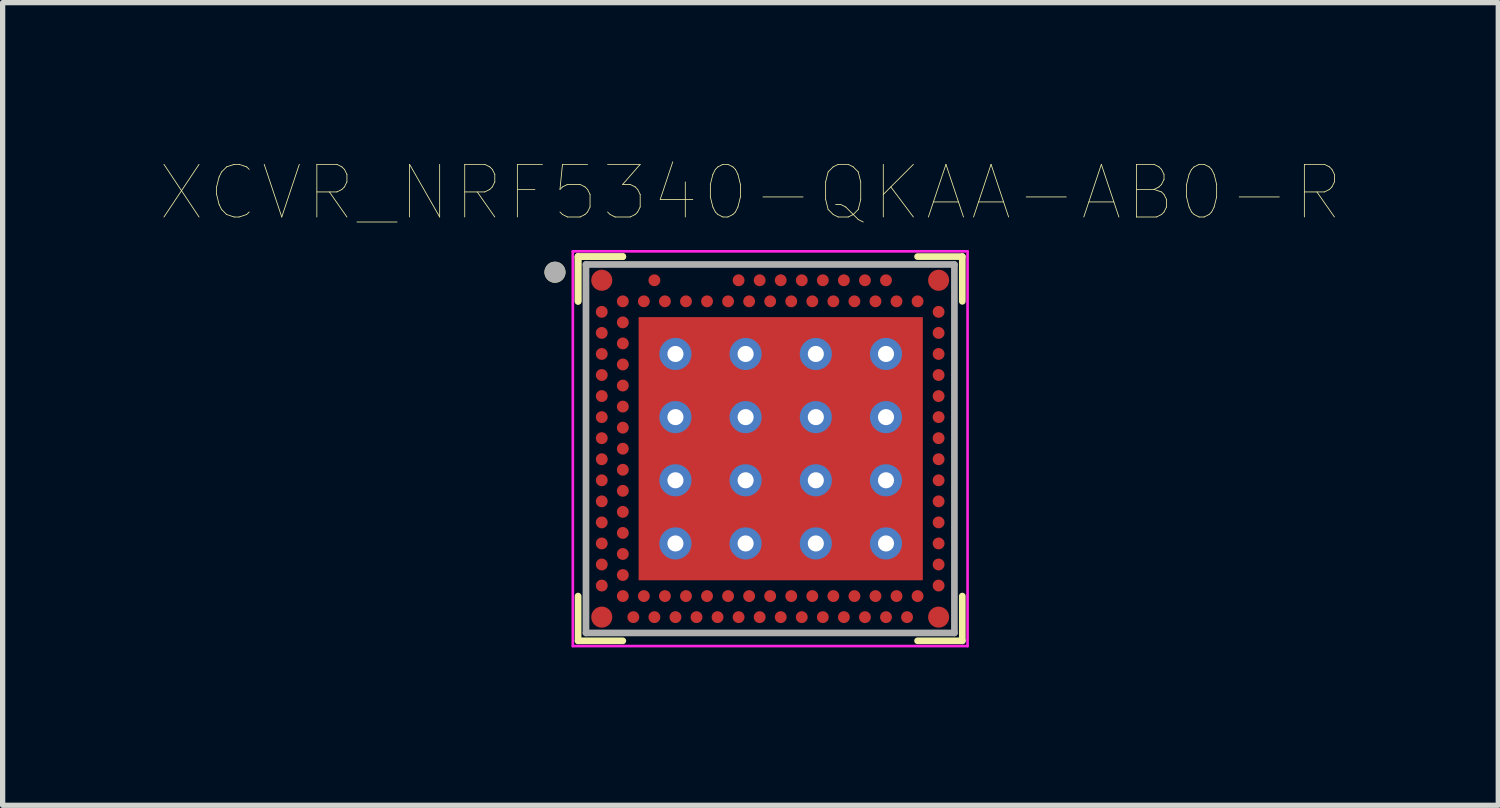
<source format=kicad_pcb>
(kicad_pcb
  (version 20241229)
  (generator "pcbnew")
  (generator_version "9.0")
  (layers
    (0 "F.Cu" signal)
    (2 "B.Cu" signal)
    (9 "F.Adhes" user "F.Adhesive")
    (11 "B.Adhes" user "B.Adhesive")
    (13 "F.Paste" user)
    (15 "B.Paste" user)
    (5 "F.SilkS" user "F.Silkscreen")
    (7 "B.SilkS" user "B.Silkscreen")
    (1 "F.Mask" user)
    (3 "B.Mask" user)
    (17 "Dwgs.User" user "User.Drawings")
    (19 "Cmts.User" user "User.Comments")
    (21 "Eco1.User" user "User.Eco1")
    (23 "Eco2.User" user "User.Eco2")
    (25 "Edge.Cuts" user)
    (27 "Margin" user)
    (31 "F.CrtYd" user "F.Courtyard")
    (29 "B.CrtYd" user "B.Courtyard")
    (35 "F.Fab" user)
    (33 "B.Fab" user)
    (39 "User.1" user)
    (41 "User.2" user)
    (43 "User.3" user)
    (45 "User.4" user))
  (footprint "XCVR_NRF5340-QKAA-AB0-R"
    (layer "F.Cu")
    (at 11.583 5.475)
    (property "Reference" "XCVR_NRF5340-QKAA-AB0-R" (at -0.375 -4.864 0) (layer "F.SilkS") (effects (font (size 1 1) (thickness 0.015))))
    (attr through_hole)
    (fp_line (start -3.65 -3.65) (end -3.65 -2.8) (stroke (width 0.127) (type solid)) (layer "F.SilkS"))
    (fp_line (start -3.65 -3.65) (end -3.65 -2.8) (stroke (width 0.127) (type solid)) (layer "F.SilkS"))
    (fp_line (start -3.65 2.8) (end -3.65 3.65) (stroke (width 0.127) (type solid)) (layer "F.SilkS"))
    (fp_line (start -3.65 3.65) (end -2.8 3.65) (stroke (width 0.127) (type solid)) (layer "F.SilkS"))
    (fp_line (start -2.8 -3.65) (end -3.65 -3.65) (stroke (width 0.127) (type solid)) (layer "F.SilkS"))
    (fp_line (start -2.8 -3.65) (end -3.65 -3.65) (stroke (width 0.127) (type solid)) (layer "F.SilkS"))
    (fp_line (start 2.8 3.65) (end 3.65 3.65) (stroke (width 0.127) (type solid)) (layer "F.SilkS"))
    (fp_line (start 3.65 -3.65) (end 2.8 -3.65) (stroke (width 0.127) (type solid)) (layer "F.SilkS"))
    (fp_line (start 3.65 -2.8) (end 3.65 -3.65) (stroke (width 0.127) (type solid)) (layer "F.SilkS"))
    (fp_line (start 3.65 3.65) (end 3.65 2.8) (stroke (width 0.127) (type solid)) (layer "F.SilkS"))
    (fp_circle (center -4.089 -3.353) (end -3.989 -3.353) (stroke (width 0.2) (type solid)) (fill no) (layer "F.SilkS"))
    (fp_circle (center -3.2 -3.2) (end -3.103 -3.2) (stroke (width 0.194) (type solid)) (fill no) (layer "F.Paste"))
    (fp_circle (center -3.2 -2.6) (end -3.147 -2.6) (stroke (width 0.106) (type solid)) (fill no) (layer "F.Paste"))
    (fp_circle (center -3.2 -2.2) (end -3.147 -2.2) (stroke (width 0.106) (type solid)) (fill no) (layer "F.Paste"))
    (fp_circle (center -3.2 -1.8) (end -3.147 -1.8) (stroke (width 0.106) (type solid)) (fill no) (layer "F.Paste"))
    (fp_circle (center -3.2 -1.4) (end -3.147 -1.4) (stroke (width 0.106) (type solid)) (fill no) (layer "F.Paste"))
    (fp_circle (center -3.2 -1) (end -3.147 -1) (stroke (width 0.106) (type solid)) (fill no) (layer "F.Paste"))
    (fp_circle (center -3.2 -0.6) (end -3.147 -0.6) (stroke (width 0.106) (type solid)) (fill no) (layer "F.Paste"))
    (fp_circle (center -3.2 -0.2) (end -3.147 -0.2) (stroke (width 0.106) (type solid)) (fill no) (layer "F.Paste"))
    (fp_circle (center -3.2 0.2) (end -3.147 0.2) (stroke (width 0.106) (type solid)) (fill no) (layer "F.Paste"))
    (fp_circle (center -3.2 0.6) (end -3.147 0.6) (stroke (width 0.106) (type solid)) (fill no) (layer "F.Paste"))
    (fp_circle (center -3.2 1) (end -3.147 1) (stroke (width 0.106) (type solid)) (fill no) (layer "F.Paste"))
    (fp_circle (center -3.2 1.4) (end -3.147 1.4) (stroke (width 0.106) (type solid)) (fill no) (layer "F.Paste"))
    (fp_circle (center -3.2 1.8) (end -3.147 1.8) (stroke (width 0.106) (type solid)) (fill no) (layer "F.Paste"))
    (fp_circle (center -3.2 2.2) (end -3.147 2.2) (stroke (width 0.106) (type solid)) (fill no) (layer "F.Paste"))
    (fp_circle (center -3.2 2.6) (end -3.147 2.6) (stroke (width 0.106) (type solid)) (fill no) (layer "F.Paste"))
    (fp_circle (center -3.2 3.2) (end -3.103 3.2) (stroke (width 0.194) (type solid)) (fill no) (layer "F.Paste"))
    (fp_circle (center -2.8 -2.8) (end -2.747 -2.8) (stroke (width 0.106) (type solid)) (fill no) (layer "F.Paste"))
    (fp_circle (center -2.8 -2.4) (end -2.747 -2.4) (stroke (width 0.106) (type solid)) (fill no) (layer "F.Paste"))
    (fp_circle (center -2.8 -2) (end -2.747 -2) (stroke (width 0.106) (type solid)) (fill no) (layer "F.Paste"))
    (fp_circle (center -2.8 -1.6) (end -2.747 -1.6) (stroke (width 0.106) (type solid)) (fill no) (layer "F.Paste"))
    (fp_circle (center -2.8 -1.2) (end -2.747 -1.2) (stroke (width 0.106) (type solid)) (fill no) (layer "F.Paste"))
    (fp_circle (center -2.8 -0.8) (end -2.747 -0.8) (stroke (width 0.106) (type solid)) (fill no) (layer "F.Paste"))
    (fp_circle (center -2.8 -0.4) (end -2.747 -0.4) (stroke (width 0.106) (type solid)) (fill no) (layer "F.Paste"))
    (fp_circle (center -2.8 0) (end -2.747 0) (stroke (width 0.106) (type solid)) (fill no) (layer "F.Paste"))
    (fp_circle (center -2.8 0.4) (end -2.747 0.4) (stroke (width 0.106) (type solid)) (fill no) (layer "F.Paste"))
    (fp_circle (center -2.8 0.8) (end -2.747 0.8) (stroke (width 0.106) (type solid)) (fill no) (layer "F.Paste"))
    (fp_circle (center -2.8 1.2) (end -2.747 1.2) (stroke (width 0.106) (type solid)) (fill no) (layer "F.Paste"))
    (fp_circle (center -2.8 1.6) (end -2.747 1.6) (stroke (width 0.106) (type solid)) (fill no) (layer "F.Paste"))
    (fp_circle (center -2.8 2) (end -2.747 2) (stroke (width 0.106) (type solid)) (fill no) (layer "F.Paste"))
    (fp_circle (center -2.8 2.4) (end -2.747 2.4) (stroke (width 0.106) (type solid)) (fill no) (layer "F.Paste"))
    (fp_circle (center -2.8 2.8) (end -2.747 2.8) (stroke (width 0.106) (type solid)) (fill no) (layer "F.Paste"))
    (fp_circle (center -2.6 3.2) (end -2.547 3.2) (stroke (width 0.106) (type solid)) (fill no) (layer "F.Paste"))
    (fp_circle (center -2.4 -2.8) (end -2.347 -2.8) (stroke (width 0.106) (type solid)) (fill no) (layer "F.Paste"))
    (fp_circle (center -2.4 2.8) (end -2.347 2.8) (stroke (width 0.106) (type solid)) (fill no) (layer "F.Paste"))
    (fp_circle (center -2.2 -3.2) (end -2.147 -3.2) (stroke (width 0.106) (type solid)) (fill no) (layer "F.Paste"))
    (fp_circle (center -2.2 3.2) (end -2.147 3.2) (stroke (width 0.106) (type solid)) (fill no) (layer "F.Paste"))
    (fp_circle (center -2 -2.8) (end -1.947 -2.8) (stroke (width 0.106) (type solid)) (fill no) (layer "F.Paste"))
    (fp_circle (center -2 2.8) (end -1.947 2.8) (stroke (width 0.106) (type solid)) (fill no) (layer "F.Paste"))
    (fp_circle (center -1.8 3.2) (end -1.747 3.2) (stroke (width 0.106) (type solid)) (fill no) (layer "F.Paste"))
    (fp_circle (center -1.6 -2.8) (end -1.547 -2.8) (stroke (width 0.106) (type solid)) (fill no) (layer "F.Paste"))
    (fp_circle (center -1.6 2.8) (end -1.547 2.8) (stroke (width 0.106) (type solid)) (fill no) (layer "F.Paste"))
    (fp_circle (center -1.4 3.2) (end -1.347 3.2) (stroke (width 0.106) (type solid)) (fill no) (layer "F.Paste"))
    (fp_circle (center -1.2 -2.8) (end -1.147 -2.8) (stroke (width 0.106) (type solid)) (fill no) (layer "F.Paste"))
    (fp_circle (center -1.2 2.8) (end -1.147 2.8) (stroke (width 0.106) (type solid)) (fill no) (layer "F.Paste"))
    (fp_circle (center -1 3.2) (end -0.947 3.2) (stroke (width 0.106) (type solid)) (fill no) (layer "F.Paste"))
    (fp_circle (center -0.8 -2.8) (end -0.747 -2.8) (stroke (width 0.106) (type solid)) (fill no) (layer "F.Paste"))
    (fp_circle (center -0.8 2.8) (end -0.747 2.8) (stroke (width 0.106) (type solid)) (fill no) (layer "F.Paste"))
    (fp_circle (center -0.6 -3.2) (end -0.547 -3.2) (stroke (width 0.106) (type solid)) (fill no) (layer "F.Paste"))
    (fp_circle (center -0.6 3.2) (end -0.547 3.2) (stroke (width 0.106) (type solid)) (fill no) (layer "F.Paste"))
    (fp_circle (center -0.4 -2.8) (end -0.347 -2.8) (stroke (width 0.106) (type solid)) (fill no) (layer "F.Paste"))
    (fp_circle (center -0.4 2.8) (end -0.347 2.8) (stroke (width 0.106) (type solid)) (fill no) (layer "F.Paste"))
    (fp_circle (center -0.2 -3.2) (end -0.147 -3.2) (stroke (width 0.106) (type solid)) (fill no) (layer "F.Paste"))
    (fp_circle (center -0.2 3.2) (end -0.147 3.2) (stroke (width 0.106) (type solid)) (fill no) (layer "F.Paste"))
    (fp_circle (center 0 -2.8) (end 0.053 -2.8) (stroke (width 0.106) (type solid)) (fill no) (layer "F.Paste"))
    (fp_circle (center 0 2.8) (end 0.053 2.8) (stroke (width 0.106) (type solid)) (fill no) (layer "F.Paste"))
    (fp_circle (center 0.2 -3.2) (end 0.253 -3.2) (stroke (width 0.106) (type solid)) (fill no) (layer "F.Paste"))
    (fp_circle (center 0.2 3.2) (end 0.253 3.2) (stroke (width 0.106) (type solid)) (fill no) (layer "F.Paste"))
    (fp_circle (center 0.4 -2.8) (end 0.453 -2.8) (stroke (width 0.106) (type solid)) (fill no) (layer "F.Paste"))
    (fp_circle (center 0.4 2.8) (end 0.453 2.8) (stroke (width 0.106) (type solid)) (fill no) (layer "F.Paste"))
    (fp_circle (center 0.6 -3.2) (end 0.653 -3.2) (stroke (width 0.106) (type solid)) (fill no) (layer "F.Paste"))
    (fp_circle (center 0.6 3.2) (end 0.653 3.2) (stroke (width 0.106) (type solid)) (fill no) (layer "F.Paste"))
    (fp_circle (center 0.8 -2.8) (end 0.853 -2.8) (stroke (width 0.106) (type solid)) (fill no) (layer "F.Paste"))
    (fp_circle (center 0.8 2.8) (end 0.853 2.8) (stroke (width 0.106) (type solid)) (fill no) (layer "F.Paste"))
    (fp_circle (center 1 -3.2) (end 1.053 -3.2) (stroke (width 0.106) (type solid)) (fill no) (layer "F.Paste"))
    (fp_circle (center 1 3.2) (end 1.053 3.2) (stroke (width 0.106) (type solid)) (fill no) (layer "F.Paste"))
    (fp_circle (center 1.2 -2.8) (end 1.253 -2.8) (stroke (width 0.106) (type solid)) (fill no) (layer "F.Paste"))
    (fp_circle (center 1.2 2.8) (end 1.253 2.8) (stroke (width 0.106) (type solid)) (fill no) (layer "F.Paste"))
    (fp_circle (center 1.4 -3.2) (end 1.453 -3.2) (stroke (width 0.106) (type solid)) (fill no) (layer "F.Paste"))
    (fp_circle (center 1.4 3.2) (end 1.453 3.2) (stroke (width 0.106) (type solid)) (fill no) (layer "F.Paste"))
    (fp_circle (center 1.6 -2.8) (end 1.653 -2.8) (stroke (width 0.106) (type solid)) (fill no) (layer "F.Paste"))
    (fp_circle (center 1.6 2.8) (end 1.653 2.8) (stroke (width 0.106) (type solid)) (fill no) (layer "F.Paste"))
    (fp_circle (center 1.8 -3.2) (end 1.853 -3.2) (stroke (width 0.106) (type solid)) (fill no) (layer "F.Paste"))
    (fp_circle (center 1.8 3.2) (end 1.853 3.2) (stroke (width 0.106) (type solid)) (fill no) (layer "F.Paste"))
    (fp_circle (center 2 -2.8) (end 2.053 -2.8) (stroke (width 0.106) (type solid)) (fill no) (layer "F.Paste"))
    (fp_circle (center 2 2.8) (end 2.053 2.8) (stroke (width 0.106) (type solid)) (fill no) (layer "F.Paste"))
    (fp_circle (center 2.2 -3.2) (end 2.253 -3.2) (stroke (width 0.106) (type solid)) (fill no) (layer "F.Paste"))
    (fp_circle (center 2.2 3.2) (end 2.253 3.2) (stroke (width 0.106) (type solid)) (fill no) (layer "F.Paste"))
    (fp_circle (center 2.4 -2.8) (end 2.453 -2.8) (stroke (width 0.106) (type solid)) (fill no) (layer "F.Paste"))
    (fp_circle (center 2.4 2.8) (end 2.453 2.8) (stroke (width 0.106) (type solid)) (fill no) (layer "F.Paste"))
    (fp_circle (center 2.6 3.2) (end 2.653 3.2) (stroke (width 0.106) (type solid)) (fill no) (layer "F.Paste"))
    (fp_circle (center 2.8 -2.8) (end 2.853 -2.8) (stroke (width 0.106) (type solid)) (fill no) (layer "F.Paste"))
    (fp_circle (center 2.8 2.8) (end 2.853 2.8) (stroke (width 0.106) (type solid)) (fill no) (layer "F.Paste"))
    (fp_circle (center 3.2 -3.2) (end 3.297 -3.2) (stroke (width 0.194) (type solid)) (fill no) (layer "F.Paste"))
    (fp_circle (center 3.2 -2.6) (end 3.253 -2.6) (stroke (width 0.106) (type solid)) (fill no) (layer "F.Paste"))
    (fp_circle (center 3.2 -2.2) (end 3.253 -2.2) (stroke (width 0.106) (type solid)) (fill no) (layer "F.Paste"))
    (fp_circle (center 3.2 -1.8) (end 3.253 -1.8) (stroke (width 0.106) (type solid)) (fill no) (layer "F.Paste"))
    (fp_circle (center 3.2 -1.4) (end 3.253 -1.4) (stroke (width 0.106) (type solid)) (fill no) (layer "F.Paste"))
    (fp_circle (center 3.2 -1) (end 3.253 -1) (stroke (width 0.106) (type solid)) (fill no) (layer "F.Paste"))
    (fp_circle (center 3.2 -0.6) (end 3.253 -0.6) (stroke (width 0.106) (type solid)) (fill no) (layer "F.Paste"))
    (fp_circle (center 3.2 -0.2) (end 3.253 -0.2) (stroke (width 0.106) (type solid)) (fill no) (layer "F.Paste"))
    (fp_circle (center 3.2 0.2) (end 3.253 0.2) (stroke (width 0.106) (type solid)) (fill no) (layer "F.Paste"))
    (fp_circle (center 3.2 0.6) (end 3.253 0.6) (stroke (width 0.106) (type solid)) (fill no) (layer "F.Paste"))
    (fp_circle (center 3.2 1) (end 3.253 1) (stroke (width 0.106) (type solid)) (fill no) (layer "F.Paste"))
    (fp_circle (center 3.2 1.4) (end 3.253 1.4) (stroke (width 0.106) (type solid)) (fill no) (layer "F.Paste"))
    (fp_circle (center 3.2 1.8) (end 3.253 1.8) (stroke (width 0.106) (type solid)) (fill no) (layer "F.Paste"))
    (fp_circle (center 3.2 2.2) (end 3.253 2.2) (stroke (width 0.106) (type solid)) (fill no) (layer "F.Paste"))
    (fp_circle (center 3.2 2.6) (end 3.253 2.6) (stroke (width 0.106) (type solid)) (fill no) (layer "F.Paste"))
    (fp_circle (center 3.2 3.2) (end 3.297 3.2) (stroke (width 0.194) (type solid)) (fill no) (layer "F.Paste"))
    (fp_poly (pts (xy -2.3 -2.06) (xy -2.299 -2.072) (xy -2.298 -2.085) (xy -2.296 -2.098) (xy -2.294 -2.11) (xy -2.291 -2.123) (xy -2.287 -2.135) (xy -2.282 -2.147) (xy -2.277 -2.159) (xy -2.271 -2.17) (xy -2.265 -2.181) (xy -2.258 -2.192) (xy -2.251 -2.202) (xy -2.243 -2.213) (xy -2.234 -2.222) (xy -2.225 -2.231) (xy -2.216 -2.24) (xy -2.206 -2.248) (xy -2.196 -2.256) (xy -2.185 -2.263) (xy -2.174 -2.269) (xy -2.162 -2.275) (xy -2.151 -2.281) (xy -2.139 -2.285) (xy -2.127 -2.289) (xy -2.114 -2.293) (xy -2.102 -2.296) (xy -2.089 -2.298) (xy -2.076 -2.299) (xy -2.064 -2.3) (xy -2.05 -2.3) (xy -1.45 -2.3) (xy -1.436 -2.3) (xy -1.424 -2.299) (xy -1.411 -2.298) (xy -1.398 -2.296) (xy -1.386 -2.293) (xy -1.373 -2.289) (xy -1.361 -2.285) (xy -1.349 -2.281) (xy -1.338 -2.275) (xy -1.326 -2.269) (xy -1.315 -2.263) (xy -1.304 -2.256) (xy -1.294 -2.248) (xy -1.284 -2.24) (xy -1.275 -2.231) (xy -1.266 -2.222) (xy -1.257 -2.213) (xy -1.249 -2.202) (xy -1.242 -2.192) (xy -1.235 -2.181) (xy -1.229 -2.17) (xy -1.223 -2.159) (xy -1.218 -2.147) (xy -1.213 -2.135) (xy -1.209 -2.123) (xy -1.206 -2.11) (xy -1.204 -2.098) (xy -1.202 -2.085) (xy -1.201 -2.072) (xy -1.2 -2.06) (xy -1.2 -1.54) (xy -1.201 -1.528) (xy -1.202 -1.515) (xy -1.204 -1.502) (xy -1.206 -1.49) (xy -1.209 -1.477) (xy -1.213 -1.465) (xy -1.218 -1.453) (xy -1.223 -1.441) (xy -1.229 -1.43) (xy -1.235 -1.419) (xy -1.242 -1.408) (xy -1.249 -1.398) (xy -1.257 -1.387) (xy -1.266 -1.378) (xy -1.275 -1.369) (xy -1.284 -1.36) (xy -1.294 -1.352) (xy -1.304 -1.344) (xy -1.315 -1.337) (xy -1.326 -1.331) (xy -1.338 -1.325) (xy -1.349 -1.319) (xy -1.361 -1.315) (xy -1.373 -1.311) (xy -1.386 -1.307) (xy -1.398 -1.304) (xy -1.411 -1.302) (xy -1.424 -1.301) (xy -1.436 -1.3) (xy -1.45 -1.3) (xy -2.05 -1.3) (xy -2.064 -1.3) (xy -2.076 -1.301) (xy -2.089 -1.302) (xy -2.102 -1.304) (xy -2.114 -1.307) (xy -2.127 -1.311) (xy -2.139 -1.315) (xy -2.151 -1.319) (xy -2.162 -1.325) (xy -2.174 -1.331) (xy -2.185 -1.337) (xy -2.196 -1.344) (xy -2.206 -1.352) (xy -2.216 -1.36) (xy -2.225 -1.369) (xy -2.234 -1.378) (xy -2.243 -1.387) (xy -2.251 -1.398) (xy -2.258 -1.408) (xy -2.265 -1.419) (xy -2.271 -1.43) (xy -2.277 -1.441) (xy -2.282 -1.453) (xy -2.287 -1.465) (xy -2.291 -1.477) (xy -2.294 -1.49) (xy -2.296 -1.502) (xy -2.298 -1.515) (xy -2.299 -1.528) (xy -2.3 -1.54) (xy -2.3 -2.06)) (stroke (width 0.01) (type solid)) (fill yes) (layer "F.Paste"))
    (fp_poly (pts (xy -2.3 -0.86) (xy -2.299 -0.872) (xy -2.298 -0.885) (xy -2.296 -0.898) (xy -2.294 -0.91) (xy -2.291 -0.923) (xy -2.287 -0.935) (xy -2.282 -0.947) (xy -2.277 -0.959) (xy -2.271 -0.97) (xy -2.265 -0.981) (xy -2.258 -0.992) (xy -2.251 -1.002) (xy -2.243 -1.013) (xy -2.234 -1.022) (xy -2.225 -1.031) (xy -2.216 -1.04) (xy -2.206 -1.048) (xy -2.196 -1.056) (xy -2.185 -1.063) (xy -2.174 -1.069) (xy -2.162 -1.075) (xy -2.151 -1.081) (xy -2.139 -1.085) (xy -2.127 -1.089) (xy -2.114 -1.093) (xy -2.102 -1.096) (xy -2.089 -1.098) (xy -2.076 -1.099) (xy -2.064 -1.1) (xy -2.05 -1.1) (xy -1.45 -1.1) (xy -1.436 -1.1) (xy -1.424 -1.099) (xy -1.411 -1.098) (xy -1.398 -1.096) (xy -1.386 -1.093) (xy -1.373 -1.089) (xy -1.361 -1.085) (xy -1.349 -1.081) (xy -1.338 -1.075) (xy -1.326 -1.069) (xy -1.315 -1.063) (xy -1.304 -1.056) (xy -1.294 -1.048) (xy -1.284 -1.04) (xy -1.275 -1.031) (xy -1.266 -1.022) (xy -1.257 -1.013) (xy -1.249 -1.002) (xy -1.242 -0.992) (xy -1.235 -0.981) (xy -1.229 -0.97) (xy -1.223 -0.959) (xy -1.218 -0.947) (xy -1.213 -0.935) (xy -1.209 -0.923) (xy -1.206 -0.91) (xy -1.204 -0.898) (xy -1.202 -0.885) (xy -1.201 -0.872) (xy -1.2 -0.86) (xy -1.2 -0.34) (xy -1.201 -0.328) (xy -1.202 -0.315) (xy -1.204 -0.302) (xy -1.206 -0.29) (xy -1.209 -0.277) (xy -1.213 -0.265) (xy -1.218 -0.253) (xy -1.223 -0.241) (xy -1.229 -0.23) (xy -1.235 -0.219) (xy -1.242 -0.208) (xy -1.249 -0.198) (xy -1.257 -0.187) (xy -1.266 -0.178) (xy -1.275 -0.169) (xy -1.284 -0.16) (xy -1.294 -0.152) (xy -1.304 -0.144) (xy -1.315 -0.137) (xy -1.326 -0.131) (xy -1.338 -0.125) (xy -1.349 -0.119) (xy -1.361 -0.115) (xy -1.373 -0.111) (xy -1.386 -0.107) (xy -1.398 -0.104) (xy -1.411 -0.102) (xy -1.424 -0.101) (xy -1.436 -0.1) (xy -1.45 -0.1) (xy -2.05 -0.1) (xy -2.064 -0.1) (xy -2.076 -0.101) (xy -2.089 -0.102) (xy -2.102 -0.104) (xy -2.114 -0.107) (xy -2.127 -0.111) (xy -2.139 -0.115) (xy -2.151 -0.119) (xy -2.162 -0.125) (xy -2.174 -0.131) (xy -2.185 -0.137) (xy -2.196 -0.144) (xy -2.206 -0.152) (xy -2.216 -0.16) (xy -2.225 -0.169) (xy -2.234 -0.178) (xy -2.243 -0.187) (xy -2.251 -0.198) (xy -2.258 -0.208) (xy -2.265 -0.219) (xy -2.271 -0.23) (xy -2.277 -0.241) (xy -2.282 -0.253) (xy -2.287 -0.265) (xy -2.291 -0.277) (xy -2.294 -0.29) (xy -2.296 -0.302) (xy -2.298 -0.315) (xy -2.299 -0.328) (xy -2.3 -0.34) (xy -2.3 -0.86)) (stroke (width 0.01) (type solid)) (fill yes) (layer "F.Paste"))
    (fp_poly (pts (xy -2.3 0.34) (xy -2.299 0.328) (xy -2.298 0.315) (xy -2.296 0.302) (xy -2.294 0.29) (xy -2.291 0.277) (xy -2.287 0.265) (xy -2.282 0.253) (xy -2.277 0.241) (xy -2.271 0.23) (xy -2.265 0.219) (xy -2.258 0.208) (xy -2.251 0.198) (xy -2.243 0.187) (xy -2.234 0.178) (xy -2.225 0.169) (xy -2.216 0.16) (xy -2.206 0.152) (xy -2.196 0.144) (xy -2.185 0.137) (xy -2.174 0.131) (xy -2.162 0.125) (xy -2.151 0.119) (xy -2.139 0.115) (xy -2.127 0.111) (xy -2.114 0.107) (xy -2.102 0.104) (xy -2.089 0.102) (xy -2.076 0.101) (xy -2.064 0.1) (xy -2.05 0.1) (xy -1.45 0.1) (xy -1.436 0.1) (xy -1.424 0.101) (xy -1.411 0.102) (xy -1.398 0.104) (xy -1.386 0.107) (xy -1.373 0.111) (xy -1.361 0.115) (xy -1.349 0.119) (xy -1.338 0.125) (xy -1.326 0.131) (xy -1.315 0.137) (xy -1.304 0.144) (xy -1.294 0.152) (xy -1.284 0.16) (xy -1.275 0.169) (xy -1.266 0.178) (xy -1.257 0.187) (xy -1.249 0.198) (xy -1.242 0.208) (xy -1.235 0.219) (xy -1.229 0.23) (xy -1.223 0.241) (xy -1.218 0.253) (xy -1.213 0.265) (xy -1.209 0.277) (xy -1.206 0.29) (xy -1.204 0.302) (xy -1.202 0.315) (xy -1.201 0.328) (xy -1.2 0.34) (xy -1.2 0.86) (xy -1.201 0.872) (xy -1.202 0.885) (xy -1.204 0.898) (xy -1.206 0.91) (xy -1.209 0.923) (xy -1.213 0.935) (xy -1.218 0.947) (xy -1.223 0.959) (xy -1.229 0.97) (xy -1.235 0.981) (xy -1.242 0.992) (xy -1.249 1.002) (xy -1.257 1.013) (xy -1.266 1.022) (xy -1.275 1.031) (xy -1.284 1.04) (xy -1.294 1.048) (xy -1.304 1.056) (xy -1.315 1.063) (xy -1.326 1.069) (xy -1.338 1.075) (xy -1.349 1.081) (xy -1.361 1.085) (xy -1.373 1.089) (xy -1.386 1.093) (xy -1.398 1.096) (xy -1.411 1.098) (xy -1.424 1.099) (xy -1.436 1.1) (xy -1.45 1.1) (xy -2.05 1.1) (xy -2.064 1.1) (xy -2.076 1.099) (xy -2.089 1.098) (xy -2.102 1.096) (xy -2.114 1.093) (xy -2.127 1.089) (xy -2.139 1.085) (xy -2.151 1.081) (xy -2.162 1.075) (xy -2.174 1.069) (xy -2.185 1.063) (xy -2.196 1.056) (xy -2.206 1.048) (xy -2.216 1.04) (xy -2.225 1.031) (xy -2.234 1.022) (xy -2.243 1.013) (xy -2.251 1.002) (xy -2.258 0.992) (xy -2.265 0.981) (xy -2.271 0.97) (xy -2.277 0.959) (xy -2.282 0.947) (xy -2.287 0.935) (xy -2.291 0.923) (xy -2.294 0.91) (xy -2.296 0.898) (xy -2.298 0.885) (xy -2.299 0.872) (xy -2.3 0.86) (xy -2.3 0.34)) (stroke (width 0.01) (type solid)) (fill yes) (layer "F.Paste"))
    (fp_poly (pts (xy -2.3 1.54) (xy -2.299 1.528) (xy -2.298 1.515) (xy -2.296 1.502) (xy -2.294 1.49) (xy -2.291 1.477) (xy -2.287 1.465) (xy -2.282 1.453) (xy -2.277 1.441) (xy -2.271 1.43) (xy -2.265 1.419) (xy -2.258 1.408) (xy -2.251 1.398) (xy -2.243 1.387) (xy -2.234 1.378) (xy -2.225 1.369) (xy -2.216 1.36) (xy -2.206 1.352) (xy -2.196 1.344) (xy -2.185 1.337) (xy -2.174 1.331) (xy -2.162 1.325) (xy -2.151 1.319) (xy -2.139 1.315) (xy -2.127 1.311) (xy -2.114 1.307) (xy -2.102 1.304) (xy -2.089 1.302) (xy -2.076 1.301) (xy -2.064 1.3) (xy -2.05 1.3) (xy -1.45 1.3) (xy -1.436 1.3) (xy -1.424 1.301) (xy -1.411 1.302) (xy -1.398 1.304) (xy -1.386 1.307) (xy -1.373 1.311) (xy -1.361 1.315) (xy -1.349 1.319) (xy -1.338 1.325) (xy -1.326 1.331) (xy -1.315 1.337) (xy -1.304 1.344) (xy -1.294 1.352) (xy -1.284 1.36) (xy -1.275 1.369) (xy -1.266 1.378) (xy -1.257 1.387) (xy -1.249 1.398) (xy -1.242 1.408) (xy -1.235 1.419) (xy -1.229 1.43) (xy -1.223 1.441) (xy -1.218 1.453) (xy -1.213 1.465) (xy -1.209 1.477) (xy -1.206 1.49) (xy -1.204 1.502) (xy -1.202 1.515) (xy -1.201 1.528) (xy -1.2 1.54) (xy -1.2 2.06) (xy -1.201 2.072) (xy -1.202 2.085) (xy -1.204 2.098) (xy -1.206 2.11) (xy -1.209 2.123) (xy -1.213 2.135) (xy -1.218 2.147) (xy -1.223 2.159) (xy -1.229 2.17) (xy -1.235 2.181) (xy -1.242 2.192) (xy -1.249 2.202) (xy -1.257 2.213) (xy -1.266 2.222) (xy -1.275 2.231) (xy -1.284 2.24) (xy -1.294 2.248) (xy -1.304 2.256) (xy -1.315 2.263) (xy -1.326 2.269) (xy -1.338 2.275) (xy -1.349 2.281) (xy -1.361 2.285) (xy -1.373 2.289) (xy -1.386 2.293) (xy -1.398 2.296) (xy -1.411 2.298) (xy -1.424 2.299) (xy -1.436 2.3) (xy -1.45 2.3) (xy -2.05 2.3) (xy -2.064 2.3) (xy -2.076 2.299) (xy -2.089 2.298) (xy -2.102 2.296) (xy -2.114 2.293) (xy -2.127 2.289) (xy -2.139 2.285) (xy -2.151 2.281) (xy -2.162 2.275) (xy -2.174 2.269) (xy -2.185 2.263) (xy -2.196 2.256) (xy -2.206 2.248) (xy -2.216 2.24) (xy -2.225 2.231) (xy -2.234 2.222) (xy -2.243 2.213) (xy -2.251 2.202) (xy -2.258 2.192) (xy -2.265 2.181) (xy -2.271 2.17) (xy -2.277 2.159) (xy -2.282 2.147) (xy -2.287 2.135) (xy -2.291 2.123) (xy -2.294 2.11) (xy -2.296 2.098) (xy -2.298 2.085) (xy -2.299 2.072) (xy -2.3 2.06) (xy -2.3 1.54)) (stroke (width 0.01) (type solid)) (fill yes) (layer "F.Paste"))
    (fp_poly (pts (xy -1 -2.06) (xy -0.999 -2.072) (xy -0.998 -2.085) (xy -0.996 -2.098) (xy -0.994 -2.11) (xy -0.991 -2.123) (xy -0.987 -2.135) (xy -0.982 -2.147) (xy -0.977 -2.159) (xy -0.971 -2.17) (xy -0.965 -2.181) (xy -0.958 -2.192) (xy -0.951 -2.202) (xy -0.943 -2.213) (xy -0.934 -2.222) (xy -0.925 -2.231) (xy -0.916 -2.24) (xy -0.906 -2.248) (xy -0.896 -2.256) (xy -0.885 -2.263) (xy -0.874 -2.269) (xy -0.862 -2.275) (xy -0.851 -2.281) (xy -0.839 -2.285) (xy -0.827 -2.289) (xy -0.814 -2.293) (xy -0.802 -2.296) (xy -0.789 -2.298) (xy -0.776 -2.299) (xy -0.764 -2.3) (xy -0.75 -2.3) (xy -0.15 -2.3) (xy -0.136 -2.3) (xy -0.124 -2.299) (xy -0.111 -2.298) (xy -0.098 -2.296) (xy -0.086 -2.293) (xy -0.073 -2.289) (xy -0.061 -2.285) (xy -0.049 -2.281) (xy -0.038 -2.275) (xy -0.026 -2.269) (xy -0.015 -2.263) (xy -0.004 -2.256) (xy 0.006 -2.248) (xy 0.016 -2.24) (xy 0.025 -2.231) (xy 0.034 -2.222) (xy 0.043 -2.213) (xy 0.051 -2.202) (xy 0.058 -2.192) (xy 0.065 -2.181) (xy 0.071 -2.17) (xy 0.077 -2.159) (xy 0.082 -2.147) (xy 0.087 -2.135) (xy 0.091 -2.123) (xy 0.094 -2.11) (xy 0.096 -2.098) (xy 0.098 -2.085) (xy 0.099 -2.072) (xy 0.1 -2.06) (xy 0.1 -1.54) (xy 0.099 -1.528) (xy 0.098 -1.515) (xy 0.096 -1.502) (xy 0.094 -1.49) (xy 0.091 -1.477) (xy 0.087 -1.465) (xy 0.082 -1.453) (xy 0.077 -1.441) (xy 0.071 -1.43) (xy 0.065 -1.419) (xy 0.058 -1.408) (xy 0.051 -1.398) (xy 0.043 -1.387) (xy 0.034 -1.378) (xy 0.025 -1.369) (xy 0.016 -1.36) (xy 0.006 -1.352) (xy -0.004 -1.344) (xy -0.015 -1.337) (xy -0.026 -1.331) (xy -0.038 -1.325) (xy -0.049 -1.319) (xy -0.061 -1.315) (xy -0.073 -1.311) (xy -0.086 -1.307) (xy -0.098 -1.304) (xy -0.111 -1.302) (xy -0.124 -1.301) (xy -0.136 -1.3) (xy -0.15 -1.3) (xy -0.75 -1.3) (xy -0.764 -1.3) (xy -0.776 -1.301) (xy -0.789 -1.302) (xy -0.802 -1.304) (xy -0.814 -1.307) (xy -0.827 -1.311) (xy -0.839 -1.315) (xy -0.851 -1.319) (xy -0.862 -1.325) (xy -0.874 -1.331) (xy -0.885 -1.337) (xy -0.896 -1.344) (xy -0.906 -1.352) (xy -0.916 -1.36) (xy -0.925 -1.369) (xy -0.934 -1.378) (xy -0.943 -1.387) (xy -0.951 -1.398) (xy -0.958 -1.408) (xy -0.965 -1.419) (xy -0.971 -1.43) (xy -0.977 -1.441) (xy -0.982 -1.453) (xy -0.987 -1.465) (xy -0.991 -1.477) (xy -0.994 -1.49) (xy -0.996 -1.502) (xy -0.998 -1.515) (xy -0.999 -1.528) (xy -1 -1.54) (xy -1 -2.06)) (stroke (width 0.01) (type solid)) (fill yes) (layer "F.Paste"))
    (fp_poly (pts (xy -1 -0.86) (xy -0.999 -0.872) (xy -0.998 -0.885) (xy -0.996 -0.898) (xy -0.994 -0.91) (xy -0.991 -0.923) (xy -0.987 -0.935) (xy -0.982 -0.947) (xy -0.977 -0.959) (xy -0.971 -0.97) (xy -0.965 -0.981) (xy -0.958 -0.992) (xy -0.951 -1.002) (xy -0.943 -1.013) (xy -0.934 -1.022) (xy -0.925 -1.031) (xy -0.916 -1.04) (xy -0.906 -1.048) (xy -0.896 -1.056) (xy -0.885 -1.063) (xy -0.874 -1.069) (xy -0.862 -1.075) (xy -0.851 -1.081) (xy -0.839 -1.085) (xy -0.827 -1.089) (xy -0.814 -1.093) (xy -0.802 -1.096) (xy -0.789 -1.098) (xy -0.776 -1.099) (xy -0.764 -1.1) (xy -0.75 -1.1) (xy -0.15 -1.1) (xy -0.136 -1.1) (xy -0.124 -1.099) (xy -0.111 -1.098) (xy -0.098 -1.096) (xy -0.086 -1.093) (xy -0.073 -1.089) (xy -0.061 -1.085) (xy -0.049 -1.081) (xy -0.038 -1.075) (xy -0.026 -1.069) (xy -0.015 -1.063) (xy -0.004 -1.056) (xy 0.006 -1.048) (xy 0.016 -1.04) (xy 0.025 -1.031) (xy 0.034 -1.022) (xy 0.043 -1.013) (xy 0.051 -1.002) (xy 0.058 -0.992) (xy 0.065 -0.981) (xy 0.071 -0.97) (xy 0.077 -0.959) (xy 0.082 -0.947) (xy 0.087 -0.935) (xy 0.091 -0.923) (xy 0.094 -0.91) (xy 0.096 -0.898) (xy 0.098 -0.885) (xy 0.099 -0.872) (xy 0.1 -0.86) (xy 0.1 -0.34) (xy 0.099 -0.328) (xy 0.098 -0.315) (xy 0.096 -0.302) (xy 0.094 -0.29) (xy 0.091 -0.277) (xy 0.087 -0.265) (xy 0.082 -0.253) (xy 0.077 -0.241) (xy 0.071 -0.23) (xy 0.065 -0.219) (xy 0.058 -0.208) (xy 0.051 -0.198) (xy 0.043 -0.187) (xy 0.034 -0.178) (xy 0.025 -0.169) (xy 0.016 -0.16) (xy 0.006 -0.152) (xy -0.004 -0.144) (xy -0.015 -0.137) (xy -0.026 -0.131) (xy -0.038 -0.125) (xy -0.049 -0.119) (xy -0.061 -0.115) (xy -0.073 -0.111) (xy -0.086 -0.107) (xy -0.098 -0.104) (xy -0.111 -0.102) (xy -0.124 -0.101) (xy -0.136 -0.1) (xy -0.15 -0.1) (xy -0.75 -0.1) (xy -0.764 -0.1) (xy -0.776 -0.101) (xy -0.789 -0.102) (xy -0.802 -0.104) (xy -0.814 -0.107) (xy -0.827 -0.111) (xy -0.839 -0.115) (xy -0.851 -0.119) (xy -0.862 -0.125) (xy -0.874 -0.131) (xy -0.885 -0.137) (xy -0.896 -0.144) (xy -0.906 -0.152) (xy -0.916 -0.16) (xy -0.925 -0.169) (xy -0.934 -0.178) (xy -0.943 -0.187) (xy -0.951 -0.198) (xy -0.958 -0.208) (xy -0.965 -0.219) (xy -0.971 -0.23) (xy -0.977 -0.241) (xy -0.982 -0.253) (xy -0.987 -0.265) (xy -0.991 -0.277) (xy -0.994 -0.29) (xy -0.996 -0.302) (xy -0.998 -0.315) (xy -0.999 -0.328) (xy -1 -0.34) (xy -1 -0.86)) (stroke (width 0.01) (type solid)) (fill yes) (layer "F.Paste"))
    (fp_poly (pts (xy -1 0.34) (xy -0.999 0.328) (xy -0.998 0.315) (xy -0.996 0.302) (xy -0.994 0.29) (xy -0.991 0.277) (xy -0.987 0.265) (xy -0.982 0.253) (xy -0.977 0.241) (xy -0.971 0.23) (xy -0.965 0.219) (xy -0.958 0.208) (xy -0.951 0.198) (xy -0.943 0.187) (xy -0.934 0.178) (xy -0.925 0.169) (xy -0.916 0.16) (xy -0.906 0.152) (xy -0.896 0.144) (xy -0.885 0.137) (xy -0.874 0.131) (xy -0.862 0.125) (xy -0.851 0.119) (xy -0.839 0.115) (xy -0.827 0.111) (xy -0.814 0.107) (xy -0.802 0.104) (xy -0.789 0.102) (xy -0.776 0.101) (xy -0.764 0.1) (xy -0.75 0.1) (xy -0.15 0.1) (xy -0.136 0.1) (xy -0.124 0.101) (xy -0.111 0.102) (xy -0.098 0.104) (xy -0.086 0.107) (xy -0.073 0.111) (xy -0.061 0.115) (xy -0.049 0.119) (xy -0.038 0.125) (xy -0.026 0.131) (xy -0.015 0.137) (xy -0.004 0.144) (xy 0.006 0.152) (xy 0.016 0.16) (xy 0.025 0.169) (xy 0.034 0.178) (xy 0.043 0.187) (xy 0.051 0.198) (xy 0.058 0.208) (xy 0.065 0.219) (xy 0.071 0.23) (xy 0.077 0.241) (xy 0.082 0.253) (xy 0.087 0.265) (xy 0.091 0.277) (xy 0.094 0.29) (xy 0.096 0.302) (xy 0.098 0.315) (xy 0.099 0.328) (xy 0.1 0.34) (xy 0.1 0.86) (xy 0.099 0.872) (xy 0.098 0.885) (xy 0.096 0.898) (xy 0.094 0.91) (xy 0.091 0.923) (xy 0.087 0.935) (xy 0.082 0.947) (xy 0.077 0.959) (xy 0.071 0.97) (xy 0.065 0.981) (xy 0.058 0.992) (xy 0.051 1.002) (xy 0.043 1.013) (xy 0.034 1.022) (xy 0.025 1.031) (xy 0.016 1.04) (xy 0.006 1.048) (xy -0.004 1.056) (xy -0.015 1.063) (xy -0.026 1.069) (xy -0.038 1.075) (xy -0.049 1.081) (xy -0.061 1.085) (xy -0.073 1.089) (xy -0.086 1.093) (xy -0.098 1.096) (xy -0.111 1.098) (xy -0.124 1.099) (xy -0.136 1.1) (xy -0.15 1.1) (xy -0.75 1.1) (xy -0.764 1.1) (xy -0.776 1.099) (xy -0.789 1.098) (xy -0.802 1.096) (xy -0.814 1.093) (xy -0.827 1.089) (xy -0.839 1.085) (xy -0.851 1.081) (xy -0.862 1.075) (xy -0.874 1.069) (xy -0.885 1.063) (xy -0.896 1.056) (xy -0.906 1.048) (xy -0.916 1.04) (xy -0.925 1.031) (xy -0.934 1.022) (xy -0.943 1.013) (xy -0.951 1.002) (xy -0.958 0.992) (xy -0.965 0.981) (xy -0.971 0.97) (xy -0.977 0.959) (xy -0.982 0.947) (xy -0.987 0.935) (xy -0.991 0.923) (xy -0.994 0.91) (xy -0.996 0.898) (xy -0.998 0.885) (xy -0.999 0.872) (xy -1 0.86) (xy -1 0.34)) (stroke (width 0.01) (type solid)) (fill yes) (layer "F.Paste"))
    (fp_poly (pts (xy -1 1.54) (xy -0.999 1.528) (xy -0.998 1.515) (xy -0.996 1.502) (xy -0.994 1.49) (xy -0.991 1.477) (xy -0.987 1.465) (xy -0.982 1.453) (xy -0.977 1.441) (xy -0.971 1.43) (xy -0.965 1.419) (xy -0.958 1.408) (xy -0.951 1.398) (xy -0.943 1.387) (xy -0.934 1.378) (xy -0.925 1.369) (xy -0.916 1.36) (xy -0.906 1.352) (xy -0.896 1.344) (xy -0.885 1.337) (xy -0.874 1.331) (xy -0.862 1.325) (xy -0.851 1.319) (xy -0.839 1.315) (xy -0.827 1.311) (xy -0.814 1.307) (xy -0.802 1.304) (xy -0.789 1.302) (xy -0.776 1.301) (xy -0.764 1.3) (xy -0.75 1.3) (xy -0.15 1.3) (xy -0.136 1.3) (xy -0.124 1.301) (xy -0.111 1.302) (xy -0.098 1.304) (xy -0.086 1.307) (xy -0.073 1.311) (xy -0.061 1.315) (xy -0.049 1.319) (xy -0.038 1.325) (xy -0.026 1.331) (xy -0.015 1.337) (xy -0.004 1.344) (xy 0.006 1.352) (xy 0.016 1.36) (xy 0.025 1.369) (xy 0.034 1.378) (xy 0.043 1.387) (xy 0.051 1.398) (xy 0.058 1.408) (xy 0.065 1.419) (xy 0.071 1.43) (xy 0.077 1.441) (xy 0.082 1.453) (xy 0.087 1.465) (xy 0.091 1.477) (xy 0.094 1.49) (xy 0.096 1.502) (xy 0.098 1.515) (xy 0.099 1.528) (xy 0.1 1.54) (xy 0.1 2.06) (xy 0.099 2.072) (xy 0.098 2.085) (xy 0.096 2.098) (xy 0.094 2.11) (xy 0.091 2.123) (xy 0.087 2.135) (xy 0.082 2.147) (xy 0.077 2.159) (xy 0.071 2.17) (xy 0.065 2.181) (xy 0.058 2.192) (xy 0.051 2.202) (xy 0.043 2.213) (xy 0.034 2.222) (xy 0.025 2.231) (xy 0.016 2.24) (xy 0.006 2.248) (xy -0.004 2.256) (xy -0.015 2.263) (xy -0.026 2.269) (xy -0.038 2.275) (xy -0.049 2.281) (xy -0.061 2.285) (xy -0.073 2.289) (xy -0.086 2.293) (xy -0.098 2.296) (xy -0.111 2.298) (xy -0.124 2.299) (xy -0.136 2.3) (xy -0.15 2.3) (xy -0.75 2.3) (xy -0.764 2.3) (xy -0.776 2.299) (xy -0.789 2.298) (xy -0.802 2.296) (xy -0.814 2.293) (xy -0.827 2.289) (xy -0.839 2.285) (xy -0.851 2.281) (xy -0.862 2.275) (xy -0.874 2.269) (xy -0.885 2.263) (xy -0.896 2.256) (xy -0.906 2.248) (xy -0.916 2.24) (xy -0.925 2.231) (xy -0.934 2.222) (xy -0.943 2.213) (xy -0.951 2.202) (xy -0.958 2.192) (xy -0.965 2.181) (xy -0.971 2.17) (xy -0.977 2.159) (xy -0.982 2.147) (xy -0.987 2.135) (xy -0.991 2.123) (xy -0.994 2.11) (xy -0.996 2.098) (xy -0.998 2.085) (xy -0.999 2.072) (xy -1 2.06) (xy -1 1.54)) (stroke (width 0.01) (type solid)) (fill yes) (layer "F.Paste"))
    (fp_poly (pts (xy 0.3 -2.06) (xy 0.301 -2.072) (xy 0.302 -2.085) (xy 0.304 -2.098) (xy 0.306 -2.11) (xy 0.309 -2.123) (xy 0.313 -2.135) (xy 0.318 -2.147) (xy 0.323 -2.159) (xy 0.329 -2.17) (xy 0.335 -2.181) (xy 0.342 -2.192) (xy 0.349 -2.202) (xy 0.357 -2.213) (xy 0.366 -2.222) (xy 0.375 -2.231) (xy 0.384 -2.24) (xy 0.394 -2.248) (xy 0.404 -2.256) (xy 0.415 -2.263) (xy 0.426 -2.269) (xy 0.438 -2.275) (xy 0.449 -2.281) (xy 0.461 -2.285) (xy 0.473 -2.289) (xy 0.486 -2.293) (xy 0.498 -2.296) (xy 0.511 -2.298) (xy 0.524 -2.299) (xy 0.536 -2.3) (xy 0.55 -2.3) (xy 1.15 -2.3) (xy 1.164 -2.3) (xy 1.176 -2.299) (xy 1.189 -2.298) (xy 1.202 -2.296) (xy 1.214 -2.293) (xy 1.227 -2.289) (xy 1.239 -2.285) (xy 1.251 -2.281) (xy 1.262 -2.275) (xy 1.274 -2.269) (xy 1.285 -2.263) (xy 1.296 -2.256) (xy 1.306 -2.248) (xy 1.316 -2.24) (xy 1.325 -2.231) (xy 1.334 -2.222) (xy 1.343 -2.213) (xy 1.351 -2.202) (xy 1.358 -2.192) (xy 1.365 -2.181) (xy 1.371 -2.17) (xy 1.377 -2.159) (xy 1.382 -2.147) (xy 1.387 -2.135) (xy 1.391 -2.123) (xy 1.394 -2.11) (xy 1.396 -2.098) (xy 1.398 -2.085) (xy 1.399 -2.072) (xy 1.4 -2.06) (xy 1.4 -1.54) (xy 1.399 -1.528) (xy 1.398 -1.515) (xy 1.396 -1.502) (xy 1.394 -1.49) (xy 1.391 -1.477) (xy 1.387 -1.465) (xy 1.382 -1.453) (xy 1.377 -1.441) (xy 1.371 -1.43) (xy 1.365 -1.419) (xy 1.358 -1.408) (xy 1.351 -1.398) (xy 1.343 -1.387) (xy 1.334 -1.378) (xy 1.325 -1.369) (xy 1.316 -1.36) (xy 1.306 -1.352) (xy 1.296 -1.344) (xy 1.285 -1.337) (xy 1.274 -1.331) (xy 1.262 -1.325) (xy 1.251 -1.319) (xy 1.239 -1.315) (xy 1.227 -1.311) (xy 1.214 -1.307) (xy 1.202 -1.304) (xy 1.189 -1.302) (xy 1.176 -1.301) (xy 1.164 -1.3) (xy 1.15 -1.3) (xy 0.55 -1.3) (xy 0.536 -1.3) (xy 0.524 -1.301) (xy 0.511 -1.302) (xy 0.498 -1.304) (xy 0.486 -1.307) (xy 0.473 -1.311) (xy 0.461 -1.315) (xy 0.449 -1.319) (xy 0.438 -1.325) (xy 0.426 -1.331) (xy 0.415 -1.337) (xy 0.404 -1.344) (xy 0.394 -1.352) (xy 0.384 -1.36) (xy 0.375 -1.369) (xy 0.366 -1.378) (xy 0.357 -1.387) (xy 0.349 -1.398) (xy 0.342 -1.408) (xy 0.335 -1.419) (xy 0.329 -1.43) (xy 0.323 -1.441) (xy 0.318 -1.453) (xy 0.313 -1.465) (xy 0.309 -1.477) (xy 0.306 -1.49) (xy 0.304 -1.502) (xy 0.302 -1.515) (xy 0.301 -1.528) (xy 0.3 -1.54) (xy 0.3 -2.06)) (stroke (width 0.01) (type solid)) (fill yes) (layer "F.Paste"))
    (fp_poly (pts (xy 0.3 -0.86) (xy 0.301 -0.872) (xy 0.302 -0.885) (xy 0.304 -0.898) (xy 0.306 -0.91) (xy 0.309 -0.923) (xy 0.313 -0.935) (xy 0.318 -0.947) (xy 0.323 -0.959) (xy 0.329 -0.97) (xy 0.335 -0.981) (xy 0.342 -0.992) (xy 0.349 -1.002) (xy 0.357 -1.013) (xy 0.366 -1.022) (xy 0.375 -1.031) (xy 0.384 -1.04) (xy 0.394 -1.048) (xy 0.404 -1.056) (xy 0.415 -1.063) (xy 0.426 -1.069) (xy 0.438 -1.075) (xy 0.449 -1.081) (xy 0.461 -1.085) (xy 0.473 -1.089) (xy 0.486 -1.093) (xy 0.498 -1.096) (xy 0.511 -1.098) (xy 0.524 -1.099) (xy 0.536 -1.1) (xy 0.55 -1.1) (xy 1.15 -1.1) (xy 1.164 -1.1) (xy 1.176 -1.099) (xy 1.189 -1.098) (xy 1.202 -1.096) (xy 1.214 -1.093) (xy 1.227 -1.089) (xy 1.239 -1.085) (xy 1.251 -1.081) (xy 1.262 -1.075) (xy 1.274 -1.069) (xy 1.285 -1.063) (xy 1.296 -1.056) (xy 1.306 -1.048) (xy 1.316 -1.04) (xy 1.325 -1.031) (xy 1.334 -1.022) (xy 1.343 -1.013) (xy 1.351 -1.002) (xy 1.358 -0.992) (xy 1.365 -0.981) (xy 1.371 -0.97) (xy 1.377 -0.959) (xy 1.382 -0.947) (xy 1.387 -0.935) (xy 1.391 -0.923) (xy 1.394 -0.91) (xy 1.396 -0.898) (xy 1.398 -0.885) (xy 1.399 -0.872) (xy 1.4 -0.86) (xy 1.4 -0.34) (xy 1.399 -0.328) (xy 1.398 -0.315) (xy 1.396 -0.302) (xy 1.394 -0.29) (xy 1.391 -0.277) (xy 1.387 -0.265) (xy 1.382 -0.253) (xy 1.377 -0.241) (xy 1.371 -0.23) (xy 1.365 -0.219) (xy 1.358 -0.208) (xy 1.351 -0.198) (xy 1.343 -0.187) (xy 1.334 -0.178) (xy 1.325 -0.169) (xy 1.316 -0.16) (xy 1.306 -0.152) (xy 1.296 -0.144) (xy 1.285 -0.137) (xy 1.274 -0.131) (xy 1.262 -0.125) (xy 1.251 -0.119) (xy 1.239 -0.115) (xy 1.227 -0.111) (xy 1.214 -0.107) (xy 1.202 -0.104) (xy 1.189 -0.102) (xy 1.176 -0.101) (xy 1.164 -0.1) (xy 1.15 -0.1) (xy 0.55 -0.1) (xy 0.536 -0.1) (xy 0.524 -0.101) (xy 0.511 -0.102) (xy 0.498 -0.104) (xy 0.486 -0.107) (xy 0.473 -0.111) (xy 0.461 -0.115) (xy 0.449 -0.119) (xy 0.438 -0.125) (xy 0.426 -0.131) (xy 0.415 -0.137) (xy 0.404 -0.144) (xy 0.394 -0.152) (xy 0.384 -0.16) (xy 0.375 -0.169) (xy 0.366 -0.178) (xy 0.357 -0.187) (xy 0.349 -0.198) (xy 0.342 -0.208) (xy 0.335 -0.219) (xy 0.329 -0.23) (xy 0.323 -0.241) (xy 0.318 -0.253) (xy 0.313 -0.265) (xy 0.309 -0.277) (xy 0.306 -0.29) (xy 0.304 -0.302) (xy 0.302 -0.315) (xy 0.301 -0.328) (xy 0.3 -0.34) (xy 0.3 -0.86)) (stroke (width 0.01) (type solid)) (fill yes) (layer "F.Paste"))
    (fp_poly (pts (xy 0.3 0.34) (xy 0.301 0.328) (xy 0.302 0.315) (xy 0.304 0.302) (xy 0.306 0.29) (xy 0.309 0.277) (xy 0.313 0.265) (xy 0.318 0.253) (xy 0.323 0.241) (xy 0.329 0.23) (xy 0.335 0.219) (xy 0.342 0.208) (xy 0.349 0.198) (xy 0.357 0.187) (xy 0.366 0.178) (xy 0.375 0.169) (xy 0.384 0.16) (xy 0.394 0.152) (xy 0.404 0.144) (xy 0.415 0.137) (xy 0.426 0.131) (xy 0.438 0.125) (xy 0.449 0.119) (xy 0.461 0.115) (xy 0.473 0.111) (xy 0.486 0.107) (xy 0.498 0.104) (xy 0.511 0.102) (xy 0.524 0.101) (xy 0.536 0.1) (xy 0.55 0.1) (xy 1.15 0.1) (xy 1.164 0.1) (xy 1.176 0.101) (xy 1.189 0.102) (xy 1.202 0.104) (xy 1.214 0.107) (xy 1.227 0.111) (xy 1.239 0.115) (xy 1.251 0.119) (xy 1.262 0.125) (xy 1.274 0.131) (xy 1.285 0.137) (xy 1.296 0.144) (xy 1.306 0.152) (xy 1.316 0.16) (xy 1.325 0.169) (xy 1.334 0.178) (xy 1.343 0.187) (xy 1.351 0.198) (xy 1.358 0.208) (xy 1.365 0.219) (xy 1.371 0.23) (xy 1.377 0.241) (xy 1.382 0.253) (xy 1.387 0.265) (xy 1.391 0.277) (xy 1.394 0.29) (xy 1.396 0.302) (xy 1.398 0.315) (xy 1.399 0.328) (xy 1.4 0.34) (xy 1.4 0.86) (xy 1.399 0.872) (xy 1.398 0.885) (xy 1.396 0.898) (xy 1.394 0.91) (xy 1.391 0.923) (xy 1.387 0.935) (xy 1.382 0.947) (xy 1.377 0.959) (xy 1.371 0.97) (xy 1.365 0.981) (xy 1.358 0.992) (xy 1.351 1.002) (xy 1.343 1.013) (xy 1.334 1.022) (xy 1.325 1.031) (xy 1.316 1.04) (xy 1.306 1.048) (xy 1.296 1.056) (xy 1.285 1.063) (xy 1.274 1.069) (xy 1.262 1.075) (xy 1.251 1.081) (xy 1.239 1.085) (xy 1.227 1.089) (xy 1.214 1.093) (xy 1.202 1.096) (xy 1.189 1.098) (xy 1.176 1.099) (xy 1.164 1.1) (xy 1.15 1.1) (xy 0.55 1.1) (xy 0.536 1.1) (xy 0.524 1.099) (xy 0.511 1.098) (xy 0.498 1.096) (xy 0.486 1.093) (xy 0.473 1.089) (xy 0.461 1.085) (xy 0.449 1.081) (xy 0.438 1.075) (xy 0.426 1.069) (xy 0.415 1.063) (xy 0.404 1.056) (xy 0.394 1.048) (xy 0.384 1.04) (xy 0.375 1.031) (xy 0.366 1.022) (xy 0.357 1.013) (xy 0.349 1.002) (xy 0.342 0.992) (xy 0.335 0.981) (xy 0.329 0.97) (xy 0.323 0.959) (xy 0.318 0.947) (xy 0.313 0.935) (xy 0.309 0.923) (xy 0.306 0.91) (xy 0.304 0.898) (xy 0.302 0.885) (xy 0.301 0.872) (xy 0.3 0.86) (xy 0.3 0.34)) (stroke (width 0.01) (type solid)) (fill yes) (layer "F.Paste"))
    (fp_poly (pts (xy 0.3 1.54) (xy 0.301 1.528) (xy 0.302 1.515) (xy 0.304 1.502) (xy 0.306 1.49) (xy 0.309 1.477) (xy 0.313 1.465) (xy 0.318 1.453) (xy 0.323 1.441) (xy 0.329 1.43) (xy 0.335 1.419) (xy 0.342 1.408) (xy 0.349 1.398) (xy 0.357 1.387) (xy 0.366 1.378) (xy 0.375 1.369) (xy 0.384 1.36) (xy 0.394 1.352) (xy 0.404 1.344) (xy 0.415 1.337) (xy 0.426 1.331) (xy 0.438 1.325) (xy 0.449 1.319) (xy 0.461 1.315) (xy 0.473 1.311) (xy 0.486 1.307) (xy 0.498 1.304) (xy 0.511 1.302) (xy 0.524 1.301) (xy 0.536 1.3) (xy 0.55 1.3) (xy 1.15 1.3) (xy 1.164 1.3) (xy 1.176 1.301) (xy 1.189 1.302) (xy 1.202 1.304) (xy 1.214 1.307) (xy 1.227 1.311) (xy 1.239 1.315) (xy 1.251 1.319) (xy 1.262 1.325) (xy 1.274 1.331) (xy 1.285 1.337) (xy 1.296 1.344) (xy 1.306 1.352) (xy 1.316 1.36) (xy 1.325 1.369) (xy 1.334 1.378) (xy 1.343 1.387) (xy 1.351 1.398) (xy 1.358 1.408) (xy 1.365 1.419) (xy 1.371 1.43) (xy 1.377 1.441) (xy 1.382 1.453) (xy 1.387 1.465) (xy 1.391 1.477) (xy 1.394 1.49) (xy 1.396 1.502) (xy 1.398 1.515) (xy 1.399 1.528) (xy 1.4 1.54) (xy 1.4 2.06) (xy 1.399 2.072) (xy 1.398 2.085) (xy 1.396 2.098) (xy 1.394 2.11) (xy 1.391 2.123) (xy 1.387 2.135) (xy 1.382 2.147) (xy 1.377 2.159) (xy 1.371 2.17) (xy 1.365 2.181) (xy 1.358 2.192) (xy 1.351 2.202) (xy 1.343 2.213) (xy 1.334 2.222) (xy 1.325 2.231) (xy 1.316 2.24) (xy 1.306 2.248) (xy 1.296 2.256) (xy 1.285 2.263) (xy 1.274 2.269) (xy 1.262 2.275) (xy 1.251 2.281) (xy 1.239 2.285) (xy 1.227 2.289) (xy 1.214 2.293) (xy 1.202 2.296) (xy 1.189 2.298) (xy 1.176 2.299) (xy 1.164 2.3) (xy 1.15 2.3) (xy 0.55 2.3) (xy 0.536 2.3) (xy 0.524 2.299) (xy 0.511 2.298) (xy 0.498 2.296) (xy 0.486 2.293) (xy 0.473 2.289) (xy 0.461 2.285) (xy 0.449 2.281) (xy 0.438 2.275) (xy 0.426 2.269) (xy 0.415 2.263) (xy 0.404 2.256) (xy 0.394 2.248) (xy 0.384 2.24) (xy 0.375 2.231) (xy 0.366 2.222) (xy 0.357 2.213) (xy 0.349 2.202) (xy 0.342 2.192) (xy 0.335 2.181) (xy 0.329 2.17) (xy 0.323 2.159) (xy 0.318 2.147) (xy 0.313 2.135) (xy 0.309 2.123) (xy 0.306 2.11) (xy 0.304 2.098) (xy 0.302 2.085) (xy 0.301 2.072) (xy 0.3 2.06) (xy 0.3 1.54)) (stroke (width 0.01) (type solid)) (fill yes) (layer "F.Paste"))
    (fp_poly (pts (xy 1.6 -2.06) (xy 1.601 -2.072) (xy 1.602 -2.085) (xy 1.604 -2.098) (xy 1.606 -2.11) (xy 1.609 -2.123) (xy 1.613 -2.135) (xy 1.618 -2.147) (xy 1.623 -2.159) (xy 1.629 -2.17) (xy 1.635 -2.181) (xy 1.642 -2.192) (xy 1.649 -2.202) (xy 1.657 -2.213) (xy 1.666 -2.222) (xy 1.675 -2.231) (xy 1.684 -2.24) (xy 1.694 -2.248) (xy 1.704 -2.256) (xy 1.715 -2.263) (xy 1.726 -2.269) (xy 1.738 -2.275) (xy 1.749 -2.281) (xy 1.761 -2.285) (xy 1.773 -2.289) (xy 1.786 -2.293) (xy 1.798 -2.296) (xy 1.811 -2.298) (xy 1.824 -2.299) (xy 1.836 -2.3) (xy 1.85 -2.3) (xy 2.45 -2.3) (xy 2.464 -2.3) (xy 2.476 -2.299) (xy 2.489 -2.298) (xy 2.502 -2.296) (xy 2.514 -2.293) (xy 2.527 -2.289) (xy 2.539 -2.285) (xy 2.551 -2.281) (xy 2.562 -2.275) (xy 2.574 -2.269) (xy 2.585 -2.263) (xy 2.596 -2.256) (xy 2.606 -2.248) (xy 2.616 -2.24) (xy 2.625 -2.231) (xy 2.634 -2.222) (xy 2.643 -2.213) (xy 2.651 -2.202) (xy 2.658 -2.192) (xy 2.665 -2.181) (xy 2.671 -2.17) (xy 2.677 -2.159) (xy 2.682 -2.147) (xy 2.687 -2.135) (xy 2.691 -2.123) (xy 2.694 -2.11) (xy 2.696 -2.098) (xy 2.698 -2.085) (xy 2.699 -2.072) (xy 2.7 -2.06) (xy 2.7 -1.54) (xy 2.699 -1.528) (xy 2.698 -1.515) (xy 2.696 -1.502) (xy 2.694 -1.49) (xy 2.691 -1.477) (xy 2.687 -1.465) (xy 2.682 -1.453) (xy 2.677 -1.441) (xy 2.671 -1.43) (xy 2.665 -1.419) (xy 2.658 -1.408) (xy 2.651 -1.398) (xy 2.643 -1.387) (xy 2.634 -1.378) (xy 2.625 -1.369) (xy 2.616 -1.36) (xy 2.606 -1.352) (xy 2.596 -1.344) (xy 2.585 -1.337) (xy 2.574 -1.331) (xy 2.562 -1.325) (xy 2.551 -1.319) (xy 2.539 -1.315) (xy 2.527 -1.311) (xy 2.514 -1.307) (xy 2.502 -1.304) (xy 2.489 -1.302) (xy 2.476 -1.301) (xy 2.464 -1.3) (xy 2.45 -1.3) (xy 1.85 -1.3) (xy 1.836 -1.3) (xy 1.824 -1.301) (xy 1.811 -1.302) (xy 1.798 -1.304) (xy 1.786 -1.307) (xy 1.773 -1.311) (xy 1.761 -1.315) (xy 1.749 -1.319) (xy 1.738 -1.325) (xy 1.726 -1.331) (xy 1.715 -1.337) (xy 1.704 -1.344) (xy 1.694 -1.352) (xy 1.684 -1.36) (xy 1.675 -1.369) (xy 1.666 -1.378) (xy 1.657 -1.387) (xy 1.649 -1.398) (xy 1.642 -1.408) (xy 1.635 -1.419) (xy 1.629 -1.43) (xy 1.623 -1.441) (xy 1.618 -1.453) (xy 1.613 -1.465) (xy 1.609 -1.477) (xy 1.606 -1.49) (xy 1.604 -1.502) (xy 1.602 -1.515) (xy 1.601 -1.528) (xy 1.6 -1.54) (xy 1.6 -2.06)) (stroke (width 0.01) (type solid)) (fill yes) (layer "F.Paste"))
    (fp_poly (pts (xy 1.6 -0.86) (xy 1.601 -0.872) (xy 1.602 -0.885) (xy 1.604 -0.898) (xy 1.606 -0.91) (xy 1.609 -0.923) (xy 1.613 -0.935) (xy 1.618 -0.947) (xy 1.623 -0.959) (xy 1.629 -0.97) (xy 1.635 -0.981) (xy 1.642 -0.992) (xy 1.649 -1.002) (xy 1.657 -1.013) (xy 1.666 -1.022) (xy 1.675 -1.031) (xy 1.684 -1.04) (xy 1.694 -1.048) (xy 1.704 -1.056) (xy 1.715 -1.063) (xy 1.726 -1.069) (xy 1.738 -1.075) (xy 1.749 -1.081) (xy 1.761 -1.085) (xy 1.773 -1.089) (xy 1.786 -1.093) (xy 1.798 -1.096) (xy 1.811 -1.098) (xy 1.824 -1.099) (xy 1.836 -1.1) (xy 1.85 -1.1) (xy 2.45 -1.1) (xy 2.464 -1.1) (xy 2.476 -1.099) (xy 2.489 -1.098) (xy 2.502 -1.096) (xy 2.514 -1.093) (xy 2.527 -1.089) (xy 2.539 -1.085) (xy 2.551 -1.081) (xy 2.562 -1.075) (xy 2.574 -1.069) (xy 2.585 -1.063) (xy 2.596 -1.056) (xy 2.606 -1.048) (xy 2.616 -1.04) (xy 2.625 -1.031) (xy 2.634 -1.022) (xy 2.643 -1.013) (xy 2.651 -1.002) (xy 2.658 -0.992) (xy 2.665 -0.981) (xy 2.671 -0.97) (xy 2.677 -0.959) (xy 2.682 -0.947) (xy 2.687 -0.935) (xy 2.691 -0.923) (xy 2.694 -0.91) (xy 2.696 -0.898) (xy 2.698 -0.885) (xy 2.699 -0.872) (xy 2.7 -0.86) (xy 2.7 -0.34) (xy 2.699 -0.328) (xy 2.698 -0.315) (xy 2.696 -0.302) (xy 2.694 -0.29) (xy 2.691 -0.277) (xy 2.687 -0.265) (xy 2.682 -0.253) (xy 2.677 -0.241) (xy 2.671 -0.23) (xy 2.665 -0.219) (xy 2.658 -0.208) (xy 2.651 -0.198) (xy 2.643 -0.187) (xy 2.634 -0.178) (xy 2.625 -0.169) (xy 2.616 -0.16) (xy 2.606 -0.152) (xy 2.596 -0.144) (xy 2.585 -0.137) (xy 2.574 -0.131) (xy 2.562 -0.125) (xy 2.551 -0.119) (xy 2.539 -0.115) (xy 2.527 -0.111) (xy 2.514 -0.107) (xy 2.502 -0.104) (xy 2.489 -0.102) (xy 2.476 -0.101) (xy 2.464 -0.1) (xy 2.45 -0.1) (xy 1.85 -0.1) (xy 1.836 -0.1) (xy 1.824 -0.101) (xy 1.811 -0.102) (xy 1.798 -0.104) (xy 1.786 -0.107) (xy 1.773 -0.111) (xy 1.761 -0.115) (xy 1.749 -0.119) (xy 1.738 -0.125) (xy 1.726 -0.131) (xy 1.715 -0.137) (xy 1.704 -0.144) (xy 1.694 -0.152) (xy 1.684 -0.16) (xy 1.675 -0.169) (xy 1.666 -0.178) (xy 1.657 -0.187) (xy 1.649 -0.198) (xy 1.642 -0.208) (xy 1.635 -0.219) (xy 1.629 -0.23) (xy 1.623 -0.241) (xy 1.618 -0.253) (xy 1.613 -0.265) (xy 1.609 -0.277) (xy 1.606 -0.29) (xy 1.604 -0.302) (xy 1.602 -0.315) (xy 1.601 -0.328) (xy 1.6 -0.34) (xy 1.6 -0.86)) (stroke (width 0.01) (type solid)) (fill yes) (layer "F.Paste"))
    (fp_poly (pts (xy 1.6 0.34) (xy 1.601 0.328) (xy 1.602 0.315) (xy 1.604 0.302) (xy 1.606 0.29) (xy 1.609 0.277) (xy 1.613 0.265) (xy 1.618 0.253) (xy 1.623 0.241) (xy 1.629 0.23) (xy 1.635 0.219) (xy 1.642 0.208) (xy 1.649 0.198) (xy 1.657 0.187) (xy 1.666 0.178) (xy 1.675 0.169) (xy 1.684 0.16) (xy 1.694 0.152) (xy 1.704 0.144) (xy 1.715 0.137) (xy 1.726 0.131) (xy 1.738 0.125) (xy 1.749 0.119) (xy 1.761 0.115) (xy 1.773 0.111) (xy 1.786 0.107) (xy 1.798 0.104) (xy 1.811 0.102) (xy 1.824 0.101) (xy 1.836 0.1) (xy 1.85 0.1) (xy 2.45 0.1) (xy 2.464 0.1) (xy 2.476 0.101) (xy 2.489 0.102) (xy 2.502 0.104) (xy 2.514 0.107) (xy 2.527 0.111) (xy 2.539 0.115) (xy 2.551 0.119) (xy 2.562 0.125) (xy 2.574 0.131) (xy 2.585 0.137) (xy 2.596 0.144) (xy 2.606 0.152) (xy 2.616 0.16) (xy 2.625 0.169) (xy 2.634 0.178) (xy 2.643 0.187) (xy 2.651 0.198) (xy 2.658 0.208) (xy 2.665 0.219) (xy 2.671 0.23) (xy 2.677 0.241) (xy 2.682 0.253) (xy 2.687 0.265) (xy 2.691 0.277) (xy 2.694 0.29) (xy 2.696 0.302) (xy 2.698 0.315) (xy 2.699 0.328) (xy 2.7 0.34) (xy 2.7 0.86) (xy 2.699 0.872) (xy 2.698 0.885) (xy 2.696 0.898) (xy 2.694 0.91) (xy 2.691 0.923) (xy 2.687 0.935) (xy 2.682 0.947) (xy 2.677 0.959) (xy 2.671 0.97) (xy 2.665 0.981) (xy 2.658 0.992) (xy 2.651 1.002) (xy 2.643 1.013) (xy 2.634 1.022) (xy 2.625 1.031) (xy 2.616 1.04) (xy 2.606 1.048) (xy 2.596 1.056) (xy 2.585 1.063) (xy 2.574 1.069) (xy 2.562 1.075) (xy 2.551 1.081) (xy 2.539 1.085) (xy 2.527 1.089) (xy 2.514 1.093) (xy 2.502 1.096) (xy 2.489 1.098) (xy 2.476 1.099) (xy 2.464 1.1) (xy 2.45 1.1) (xy 1.85 1.1) (xy 1.836 1.1) (xy 1.824 1.099) (xy 1.811 1.098) (xy 1.798 1.096) (xy 1.786 1.093) (xy 1.773 1.089) (xy 1.761 1.085) (xy 1.749 1.081) (xy 1.738 1.075) (xy 1.726 1.069) (xy 1.715 1.063) (xy 1.704 1.056) (xy 1.694 1.048) (xy 1.684 1.04) (xy 1.675 1.031) (xy 1.666 1.022) (xy 1.657 1.013) (xy 1.649 1.002) (xy 1.642 0.992) (xy 1.635 0.981) (xy 1.629 0.97) (xy 1.623 0.959) (xy 1.618 0.947) (xy 1.613 0.935) (xy 1.609 0.923) (xy 1.606 0.91) (xy 1.604 0.898) (xy 1.602 0.885) (xy 1.601 0.872) (xy 1.6 0.86) (xy 1.6 0.34)) (stroke (width 0.01) (type solid)) (fill yes) (layer "F.Paste"))
    (fp_poly (pts (xy 1.6 1.54) (xy 1.601 1.528) (xy 1.602 1.515) (xy 1.604 1.502) (xy 1.606 1.49) (xy 1.609 1.477) (xy 1.613 1.465) (xy 1.618 1.453) (xy 1.623 1.441) (xy 1.629 1.43) (xy 1.635 1.419) (xy 1.642 1.408) (xy 1.649 1.398) (xy 1.657 1.387) (xy 1.666 1.378) (xy 1.675 1.369) (xy 1.684 1.36) (xy 1.694 1.352) (xy 1.704 1.344) (xy 1.715 1.337) (xy 1.726 1.331) (xy 1.738 1.325) (xy 1.749 1.319) (xy 1.761 1.315) (xy 1.773 1.311) (xy 1.786 1.307) (xy 1.798 1.304) (xy 1.811 1.302) (xy 1.824 1.301) (xy 1.836 1.3) (xy 1.85 1.3) (xy 2.45 1.3) (xy 2.464 1.3) (xy 2.476 1.301) (xy 2.489 1.302) (xy 2.502 1.304) (xy 2.514 1.307) (xy 2.527 1.311) (xy 2.539 1.315) (xy 2.551 1.319) (xy 2.562 1.325) (xy 2.574 1.331) (xy 2.585 1.337) (xy 2.596 1.344) (xy 2.606 1.352) (xy 2.616 1.36) (xy 2.625 1.369) (xy 2.634 1.378) (xy 2.643 1.387) (xy 2.651 1.398) (xy 2.658 1.408) (xy 2.665 1.419) (xy 2.671 1.43) (xy 2.677 1.441) (xy 2.682 1.453) (xy 2.687 1.465) (xy 2.691 1.477) (xy 2.694 1.49) (xy 2.696 1.502) (xy 2.698 1.515) (xy 2.699 1.528) (xy 2.7 1.54) (xy 2.7 2.06) (xy 2.699 2.072) (xy 2.698 2.085) (xy 2.696 2.098) (xy 2.694 2.11) (xy 2.691 2.123) (xy 2.687 2.135) (xy 2.682 2.147) (xy 2.677 2.159) (xy 2.671 2.17) (xy 2.665 2.181) (xy 2.658 2.192) (xy 2.651 2.202) (xy 2.643 2.213) (xy 2.634 2.222) (xy 2.625 2.231) (xy 2.616 2.24) (xy 2.606 2.248) (xy 2.596 2.256) (xy 2.585 2.263) (xy 2.574 2.269) (xy 2.562 2.275) (xy 2.551 2.281) (xy 2.539 2.285) (xy 2.527 2.289) (xy 2.514 2.293) (xy 2.502 2.296) (xy 2.489 2.298) (xy 2.476 2.299) (xy 2.464 2.3) (xy 2.45 2.3) (xy 1.85 2.3) (xy 1.836 2.3) (xy 1.824 2.299) (xy 1.811 2.298) (xy 1.798 2.296) (xy 1.786 2.293) (xy 1.773 2.289) (xy 1.761 2.285) (xy 1.749 2.281) (xy 1.738 2.275) (xy 1.726 2.269) (xy 1.715 2.263) (xy 1.704 2.256) (xy 1.694 2.248) (xy 1.684 2.24) (xy 1.675 2.231) (xy 1.666 2.222) (xy 1.657 2.213) (xy 1.649 2.202) (xy 1.642 2.192) (xy 1.635 2.181) (xy 1.629 2.17) (xy 1.623 2.159) (xy 1.618 2.147) (xy 1.613 2.135) (xy 1.609 2.123) (xy 1.606 2.11) (xy 1.604 2.098) (xy 1.602 2.085) (xy 1.601 2.072) (xy 1.6 2.06) (xy 1.6 1.54)) (stroke (width 0.01) (type solid)) (fill yes) (layer "F.Paste"))
    (fp_line (start -3.75 -3.75) (end 3.75 -3.75) (stroke (width 0.05) (type solid)) (layer "F.CrtYd"))
    (fp_line (start -3.75 3.75) (end -3.75 -3.75) (stroke (width 0.05) (type solid)) (layer "F.CrtYd"))
    (fp_line (start -3.75 3.75) (end 3.75 3.75) (stroke (width 0.05) (type solid)) (layer "F.CrtYd"))
    (fp_line (start 3.75 3.75) (end 3.75 -3.75) (stroke (width 0.05) (type solid)) (layer "F.CrtYd"))
    (fp_line (start -3.5 -3.5) (end 3.5 -3.5) (stroke (width 0.127) (type solid)) (layer "F.Fab"))
    (fp_line (start -3.5 3.5) (end -3.5 -3.5) (stroke (width 0.127) (type solid)) (layer "F.Fab"))
    (fp_line (start -3.5 3.5) (end 3.5 3.5) (stroke (width 0.127) (type solid)) (layer "F.Fab"))
    (fp_line (start 3.5 3.5) (end 3.5 -3.5) (stroke (width 0.127) (type solid)) (layer "F.Fab"))
    (fp_circle (center -4.089 -3.353) (end -3.989 -3.353) (stroke (width 0.2) (type solid)) (fill no) (layer "F.Fab"))
    (pad "35" thru_hole circle (at -1.8 1.8) (size 0.61 0.61) (drill 0.305) (layers "*.Cu" "*.Mask"))
    (pad "36" thru_hole circle (at -0.467 1.8) (size 0.61 0.61) (drill 0.305) (layers "*.Cu" "*.Mask"))
    (pad "37" thru_hole circle (at 0.867 1.8) (size 0.61 0.61) (drill 0.305) (layers "*.Cu" "*.Mask"))
    (pad "38" thru_hole circle (at 2.2 1.8) (size 0.61 0.61) (drill 0.305) (layers "*.Cu" "*.Mask"))
    (pad "39" thru_hole circle (at -1.8 0.6) (size 0.61 0.61) (drill 0.305) (layers "*.Cu" "*.Mask"))
    (pad "40" thru_hole circle (at -0.467 0.6) (size 0.61 0.61) (drill 0.305) (layers "*.Cu" "*.Mask"))
    (pad "41" thru_hole circle (at 0.867 0.6) (size 0.61 0.61) (drill 0.305) (layers "*.Cu" "*.Mask"))
    (pad "43" thru_hole circle (at 2.2 0.6) (size 0.61 0.61) (drill 0.305) (layers "*.Cu" "*.Mask"))
    (pad "44" thru_hole circle (at -1.8 -0.6) (size 0.61 0.61) (drill 0.305) (layers "*.Cu" "*.Mask"))
    (pad "45" thru_hole circle (at -0.467 -0.6) (size 0.61 0.61) (drill 0.305) (layers "*.Cu" "*.Mask"))
    (pad "46" thru_hole circle (at 0.867 -0.6) (size 0.61 0.61) (drill 0.305) (layers "*.Cu" "*.Mask"))
    (pad "47" thru_hole circle (at 2.2 -0.6) (size 0.61 0.61) (drill 0.305) (layers "*.Cu" "*.Mask"))
    (pad "48" thru_hole circle (at -1.8 -1.8) (size 0.61 0.61) (drill 0.305) (layers "*.Cu" "*.Mask"))
    (pad "49" thru_hole circle (at -0.467 -1.8) (size 0.61 0.61) (drill 0.305) (layers "*.Cu" "*.Mask"))
    (pad "50" thru_hole circle (at 0.867 -1.8) (size 0.61 0.61) (drill 0.305) (layers "*.Cu" "*.Mask"))
    (pad "51" thru_hole circle (at 2.2 -1.8) (size 0.61 0.61) (drill 0.305) (layers "*.Cu" "*.Mask"))
    (pad "104" smd rect (at 0.2 0) (size 5.4 5) (layers "F.Cu" "F.Mask"))
    (pad "A1" smd circle (at -3.2 -3.2) (size 0.4 0.4) (layers "F.Cu" "F.Mask"))
    (pad "A5" smd circle (at -2.2 -3.2) (size 0.225 0.225) (layers "F.Cu" "F.Mask"))
    (pad "A13" smd circle (at -0.6 -3.2) (size 0.225 0.225) (layers "F.Cu" "F.Mask"))
    (pad "A15" smd circle (at -0.2 -3.2) (size 0.225 0.225) (layers "F.Cu" "F.Mask"))
    (pad "A17" smd circle (at 0.2 -3.2) (size 0.225 0.225) (layers "F.Cu" "F.Mask"))
    (pad "A19" smd circle (at 0.6 -3.2) (size 0.225 0.225) (layers "F.Cu" "F.Mask"))
    (pad "A21" smd circle (at 1 -3.2) (size 0.225 0.225) (layers "F.Cu" "F.Mask"))
    (pad "A23" smd circle (at 1.4 -3.2) (size 0.225 0.225) (layers "F.Cu" "F.Mask"))
    (pad "A25" smd circle (at 1.8 -3.2) (size 0.225 0.225) (layers "F.Cu" "F.Mask"))
    (pad "A27" smd circle (at 2.2 -3.2) (size 0.225 0.225) (layers "F.Cu" "F.Mask"))
    (pad "A31" smd circle (at 3.2 -3.2) (size 0.4 0.4) (layers "F.Cu" "F.Mask"))
    (pad "AA1" smd circle (at -3.2 1) (size 0.225 0.225) (layers "F.Cu" "F.Mask"))
    (pad "AA31" smd circle (at 3.2 1) (size 0.225 0.225) (layers "F.Cu" "F.Mask"))
    (pad "AB2" smd circle (at -2.8 1.2) (size 0.225 0.225) (layers "F.Cu" "F.Mask"))
    (pad "AC1" smd circle (at -3.2 1.4) (size 0.225 0.225) (layers "F.Cu" "F.Mask"))
    (pad "AC31" smd circle (at 3.2 1.4) (size 0.225 0.225) (layers "F.Cu" "F.Mask"))
    (pad "AD2" smd circle (at -2.8 1.6) (size 0.225 0.225) (layers "F.Cu" "F.Mask"))
    (pad "AE1" smd circle (at -3.2 1.8) (size 0.225 0.225) (layers "F.Cu" "F.Mask"))
    (pad "AE31" smd circle (at 3.2 1.8) (size 0.225 0.225) (layers "F.Cu" "F.Mask"))
    (pad "AF2" smd circle (at -2.8 2) (size 0.225 0.225) (layers "F.Cu" "F.Mask"))
    (pad "AG1" smd circle (at -3.2 2.2) (size 0.225 0.225) (layers "F.Cu" "F.Mask"))
    (pad "AG31" smd circle (at 3.2 2.2) (size 0.225 0.225) (layers "F.Cu" "F.Mask"))
    (pad "AH2" smd circle (at -2.8 2.4) (size 0.225 0.225) (layers "F.Cu" "F.Mask"))
    (pad "AJ1" smd circle (at -3.2 2.6) (size 0.225 0.225) (layers "F.Cu" "F.Mask"))
    (pad "AJ31" smd circle (at 3.2 2.6) (size 0.225 0.225) (layers "F.Cu" "F.Mask"))
    (pad "AK2" smd circle (at -2.8 2.8) (size 0.225 0.225) (layers "F.Cu" "F.Mask"))
    (pad "AK4" smd circle (at -2.4 2.8) (size 0.225 0.225) (layers "F.Cu" "F.Mask"))
    (pad "AK6" smd circle (at -2 2.8) (size 0.225 0.225) (layers "F.Cu" "F.Mask"))
    (pad "AK8" smd circle (at -1.6 2.8) (size 0.225 0.225) (layers "F.Cu" "F.Mask"))
    (pad "AK10" smd circle (at -1.2 2.8) (size 0.225 0.225) (layers "F.Cu" "F.Mask"))
    (pad "AK12" smd circle (at -0.8 2.8) (size 0.225 0.225) (layers "F.Cu" "F.Mask"))
    (pad "AK14" smd circle (at -0.4 2.8) (size 0.225 0.225) (layers "F.Cu" "F.Mask"))
    (pad "AK16" smd circle (at 0 2.8) (size 0.225 0.225) (layers "F.Cu" "F.Mask"))
    (pad "AK18" smd circle (at 0.4 2.8) (size 0.225 0.225) (layers "F.Cu" "F.Mask"))
    (pad "AK20" smd circle (at 0.8 2.8) (size 0.225 0.225) (layers "F.Cu" "F.Mask"))
    (pad "AK22" smd circle (at 1.2 2.8) (size 0.225 0.225) (layers "F.Cu" "F.Mask"))
    (pad "AK24" smd circle (at 1.6 2.8) (size 0.225 0.225) (layers "F.Cu" "F.Mask"))
    (pad "AK26" smd circle (at 2 2.8) (size 0.225 0.225) (layers "F.Cu" "F.Mask"))
    (pad "AK28" smd circle (at 2.4 2.8) (size 0.225 0.225) (layers "F.Cu" "F.Mask"))
    (pad "AK30" smd circle (at 2.8 2.8) (size 0.225 0.225) (layers "F.Cu" "F.Mask"))
    (pad "AL1" smd circle (at -3.2 3.2) (size 0.4 0.4) (layers "F.Cu" "F.Mask"))
    (pad "AL3" smd circle (at -2.6 3.2) (size 0.225 0.225) (layers "F.Cu" "F.Mask"))
    (pad "AL5" smd circle (at -2.2 3.2) (size 0.225 0.225) (layers "F.Cu" "F.Mask"))
    (pad "AL7" smd circle (at -1.8 3.2) (size 0.225 0.225) (layers "F.Cu" "F.Mask"))
    (pad "AL9" smd circle (at -1.4 3.2) (size 0.225 0.225) (layers "F.Cu" "F.Mask"))
    (pad "AL11" smd circle (at -1 3.2) (size 0.225 0.225) (layers "F.Cu" "F.Mask"))
    (pad "AL13" smd circle (at -0.6 3.2) (size 0.225 0.225) (layers "F.Cu" "F.Mask"))
    (pad "AL15" smd circle (at -0.2 3.2) (size 0.225 0.225) (layers "F.Cu" "F.Mask"))
    (pad "AL17" smd circle (at 0.2 3.2) (size 0.225 0.225) (layers "F.Cu" "F.Mask"))
    (pad "AL19" smd circle (at 0.6 3.2) (size 0.225 0.225) (layers "F.Cu" "F.Mask"))
    (pad "AL21" smd circle (at 1 3.2) (size 0.225 0.225) (layers "F.Cu" "F.Mask"))
    (pad "AL23" smd circle (at 1.4 3.2) (size 0.225 0.225) (layers "F.Cu" "F.Mask"))
    (pad "AL25" smd circle (at 1.8 3.2) (size 0.225 0.225) (layers "F.Cu" "F.Mask"))
    (pad "AL27" smd circle (at 2.2 3.2) (size 0.225 0.225) (layers "F.Cu" "F.Mask"))
    (pad "AL29" smd circle (at 2.6 3.2) (size 0.225 0.225) (layers "F.Cu" "F.Mask"))
    (pad "AL31" smd circle (at 3.2 3.2) (size 0.4 0.4) (layers "F.Cu" "F.Mask"))
    (pad "B2" smd circle (at -2.8 -2.8) (size 0.225 0.225) (layers "F.Cu" "F.Mask"))
    (pad "B4" smd circle (at -2.4 -2.8) (size 0.225 0.225) (layers "F.Cu" "F.Mask"))
    (pad "B6" smd circle (at -2 -2.8) (size 0.225 0.225) (layers "F.Cu" "F.Mask"))
    (pad "B8" smd circle (at -1.6 -2.8) (size 0.225 0.225) (layers "F.Cu" "F.Mask"))
    (pad "B10" smd circle (at -1.2 -2.8) (size 0.225 0.225) (layers "F.Cu" "F.Mask"))
    (pad "B12" smd circle (at -0.8 -2.8) (size 0.225 0.225) (layers "F.Cu" "F.Mask"))
    (pad "B14" smd circle (at -0.4 -2.8) (size 0.225 0.225) (layers "F.Cu" "F.Mask"))
    (pad "B16" smd circle (at 0 -2.8) (size 0.225 0.225) (layers "F.Cu" "F.Mask"))
    (pad "B18" smd circle (at 0.4 -2.8) (size 0.225 0.225) (layers "F.Cu" "F.Mask"))
    (pad "B20" smd circle (at 0.8 -2.8) (size 0.225 0.225) (layers "F.Cu" "F.Mask"))
    (pad "B22" smd circle (at 1.2 -2.8) (size 0.225 0.225) (layers "F.Cu" "F.Mask"))
    (pad "B24" smd circle (at 1.6 -2.8) (size 0.225 0.225) (layers "F.Cu" "F.Mask"))
    (pad "B26" smd circle (at 2 -2.8) (size 0.225 0.225) (layers "F.Cu" "F.Mask"))
    (pad "B28" smd circle (at 2.4 -2.8) (size 0.225 0.225) (layers "F.Cu" "F.Mask"))
    (pad "B30" smd circle (at 2.8 -2.8) (size 0.225 0.225) (layers "F.Cu" "F.Mask"))
    (pad "C1" smd circle (at -3.2 -2.6) (size 0.225 0.225) (layers "F.Cu" "F.Mask"))
    (pad "C31" smd circle (at 3.2 -2.6) (size 0.225 0.225) (layers "F.Cu" "F.Mask"))
    (pad "D2" smd circle (at -2.8 -2.4) (size 0.225 0.225) (layers "F.Cu" "F.Mask"))
    (pad "E1" smd circle (at -3.2 -2.2) (size 0.225 0.225) (layers "F.Cu" "F.Mask"))
    (pad "E31" smd circle (at 3.2 -2.2) (size 0.225 0.225) (layers "F.Cu" "F.Mask"))
    (pad "F2" smd circle (at -2.8 -2) (size 0.225 0.225) (layers "F.Cu" "F.Mask"))
    (pad "G1" smd circle (at -3.2 -1.8) (size 0.225 0.225) (layers "F.Cu" "F.Mask"))
    (pad "G31" smd circle (at 3.2 -1.8) (size 0.225 0.225) (layers "F.Cu" "F.Mask"))
    (pad "H2" smd circle (at -2.8 -1.6) (size 0.225 0.225) (layers "F.Cu" "F.Mask"))
    (pad "J1" smd circle (at -3.2 -1.4) (size 0.225 0.225) (layers "F.Cu" "F.Mask"))
    (pad "J31" smd circle (at 3.2 -1.4) (size 0.225 0.225) (layers "F.Cu" "F.Mask"))
    (pad "K2" smd circle (at -2.8 -1.2) (size 0.225 0.225) (layers "F.Cu" "F.Mask"))
    (pad "L1" smd circle (at -3.2 -1) (size 0.225 0.225) (layers "F.Cu" "F.Mask"))
    (pad "L31" smd circle (at 3.2 -1) (size 0.225 0.225) (layers "F.Cu" "F.Mask"))
    (pad "M2" smd circle (at -2.8 -0.8) (size 0.225 0.225) (layers "F.Cu" "F.Mask"))
    (pad "N1" smd circle (at -3.2 -0.6) (size 0.225 0.225) (layers "F.Cu" "F.Mask"))
    (pad "N31" smd circle (at 3.2 -0.6) (size 0.225 0.225) (layers "F.Cu" "F.Mask"))
    (pad "P2" smd circle (at -2.8 -0.4) (size 0.225 0.225) (layers "F.Cu" "F.Mask"))
    (pad "R1" smd circle (at -3.2 -0.2) (size 0.225 0.225) (layers "F.Cu" "F.Mask"))
    (pad "R31" smd circle (at 3.2 -0.2) (size 0.225 0.225) (layers "F.Cu" "F.Mask"))
    (pad "T2" smd circle (at -2.8 0) (size 0.225 0.225) (layers "F.Cu" "F.Mask"))
    (pad "U1" smd circle (at -3.2 0.2) (size 0.225 0.225) (layers "F.Cu" "F.Mask"))
    (pad "U31" smd circle (at 3.2 0.2) (size 0.225 0.225) (layers "F.Cu" "F.Mask"))
    (pad "V2" smd circle (at -2.8 0.4) (size 0.225 0.225) (layers "F.Cu" "F.Mask"))
    (pad "W1" smd circle (at -3.2 0.6) (size 0.225 0.225) (layers "F.Cu" "F.Mask"))
    (pad "W31" smd circle (at 3.2 0.6) (size 0.225 0.225) (layers "F.Cu" "F.Mask"))
    (pad "Y2" smd circle (at -2.8 0.8) (size 0.225 0.225) (layers "F.Cu" "F.Mask")))
  (gr_rect
    (start -3 -3)
    (end 25.416 12.25)
    (stroke (width 0.1) (type default))
    (fill no)
    (layer "Edge.Cuts")))
</source>
